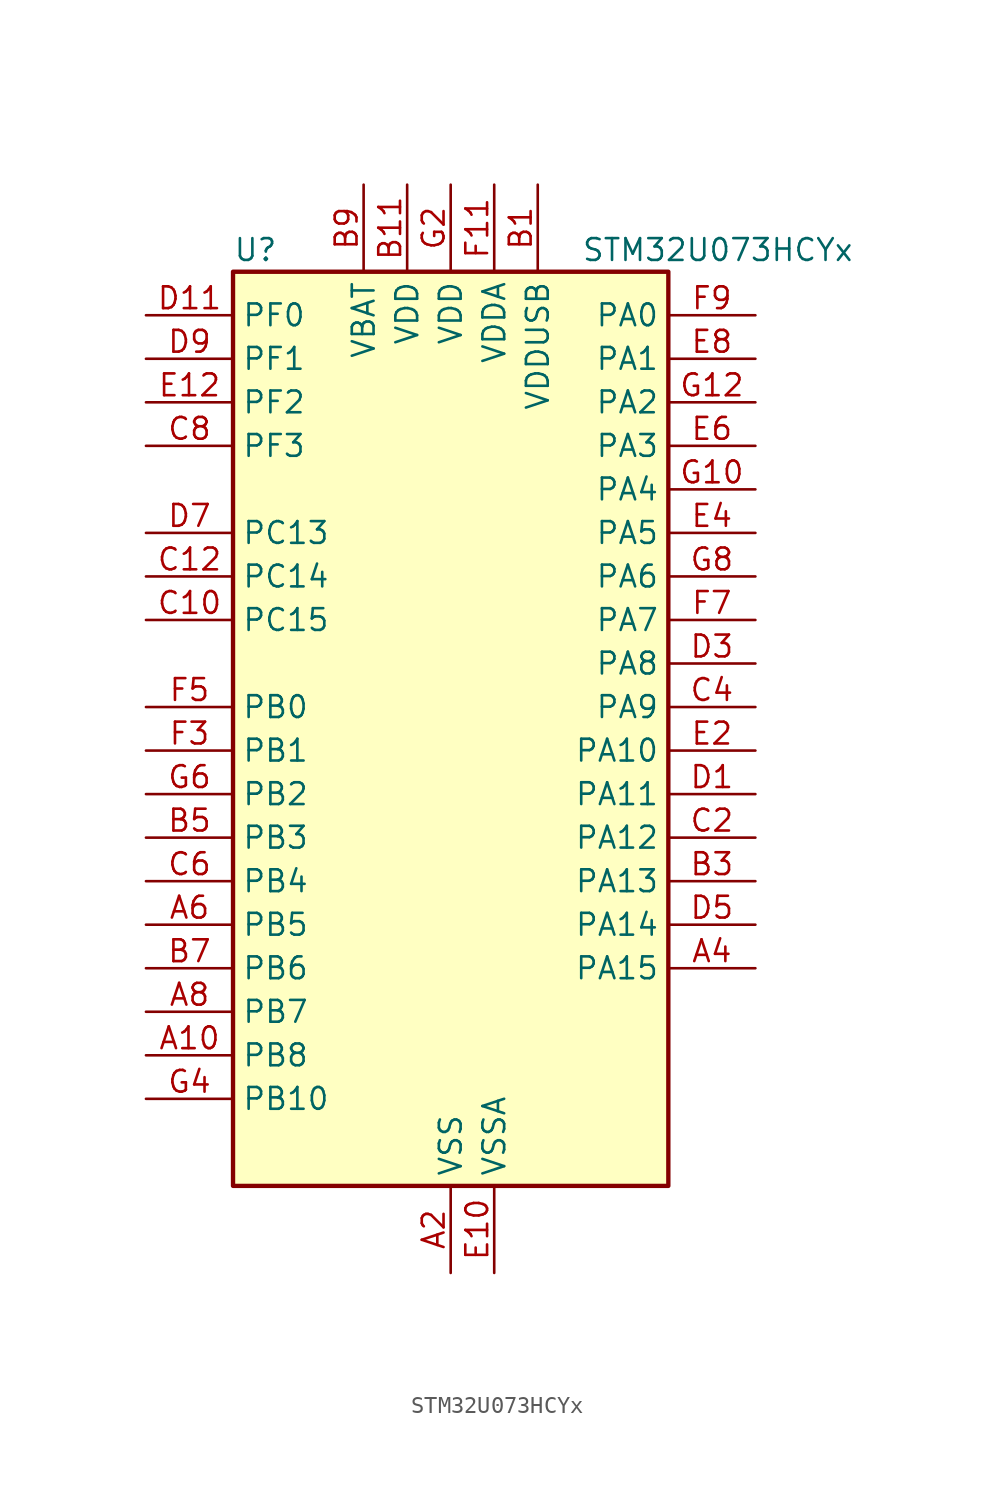
<source format=kicad_sym>
(kicad_symbol_lib
  (version 20231120)
  (generator "kicad_symbol_editor")
  (generator_version "8.99")
  (symbol "STM32U073HCYx"
    (property "Reference" "U"
      (at -12.7 29.21 0)
      (effects (font (size 1.27 1.27)) (justify left)))
    (property "Value" "STM32U073HCYx"
      (at 7.62 29.21 0)
      (effects (font (size 1.27 1.27)) (justify left)))
    (property "ki_locked" ""
      (at 0 0 0)
      (effects (font (size 1.27 1.27))))
    (symbol "STM32U073HCYx_0_1"
      (rectangle (start -12.7 -25.4) (end 12.7 27.94) (stroke (width 0.254) (type default)) (fill (type background))))
    (symbol "STM32U073HCYx_1_1"
      (pin bidirectional line (at -17.78 -17.78 0) (length 5.08) (name "PB8" (effects (font (size 1.27 1.27)))) (number "A10" (effects (font (size 1.27 1.27)))) (alternate "I2C1_SCL" bidirectional line) (alternate "I2C2_SCL" bidirectional line) (alternate "LCD_SEG16" bidirectional line) (alternate "LPTIM1_IN2" bidirectional line) (alternate "LPTIM3_IN2" bidirectional line) (alternate "TIM16_CH1" bidirectional line) (alternate "USART3_TX" bidirectional line))
      (pin passive line (at 0 -30.48 90) (length 5.08) hide (name "VSS" (effects (font (size 1.27 1.27)))) (number "A12" (effects (font (size 1.27 1.27)))))
      (pin power_in line (at 0 -30.48 90) (length 5.08) (name "VSS" (effects (font (size 1.27 1.27)))) (number "A2" (effects (font (size 1.27 1.27)))))
      (pin bidirectional line (at 17.78 -12.7 180) (length 5.08) (name "PA15" (effects (font (size 1.27 1.27)))) (number "A4" (effects (font (size 1.27 1.27)))) (alternate "DEBUG_JTDI" bidirectional line) (alternate "LCD_SEG17" bidirectional line) (alternate "LPTIM3_CH3" bidirectional line) (alternate "LPTIM3_IN2" bidirectional line) (alternate "SPI1_NSS" bidirectional line) (alternate "SPI3_NSS" bidirectional line) (alternate "TIM2_CH1" bidirectional line) (alternate "TIM2_ETR" bidirectional line) (alternate "TSC_G3_IO1" bidirectional line) (alternate "USART2_RX" bidirectional line) (alternate "USART3_DE" bidirectional line) (alternate "USART3_RTS" bidirectional line) (alternate "USART4_DE" bidirectional line) (alternate "USART4_RTS" bidirectional line))
      (pin bidirectional line (at -17.78 -10.16 0) (length 5.08) (name "PB5" (effects (font (size 1.27 1.27)))) (number "A6" (effects (font (size 1.27 1.27)))) (alternate "COMP2_OUT" bidirectional line) (alternate "LCD_SEG9" bidirectional line) (alternate "LPTIM1_IN1" bidirectional line) (alternate "LPUART3_CTS" bidirectional line) (alternate "SPI1_MOSI" bidirectional line) (alternate "SPI3_MOSI" bidirectional line) (alternate "TIM16_BKIN" bidirectional line) (alternate "TIM3_CH2" bidirectional line) (alternate "TSC_G2_IO2" bidirectional line) (alternate "USART1_CK" bidirectional line))
      (pin bidirectional line (at -17.78 -15.24 0) (length 5.08) (name "PB7" (effects (font (size 1.27 1.27)))) (number "A8" (effects (font (size 1.27 1.27)))) (alternate "COMP2_INM" bidirectional line) (alternate "I2C1_SDA" bidirectional line) (alternate "I2C2_SDA" bidirectional line) (alternate "I2C4_SDA" bidirectional line) (alternate "LCD_SEG21" bidirectional line) (alternate "LPTIM1_IN2" bidirectional line) (alternate "LPUART2_RX" bidirectional line) (alternate "LPUART3_RX" bidirectional line) (alternate "PWR_PVD_IN" bidirectional line) (alternate "TSC_G2_IO4" bidirectional line) (alternate "USART1_RX" bidirectional line) (alternate "USART4_CTS" bidirectional line))
      (pin power_in line (at 5.08 33.02 270) (length 5.08) (name "VDDUSB" (effects (font (size 1.27 1.27)))) (number "B1" (effects (font (size 1.27 1.27)))))
      (pin power_in line (at -2.54 33.02 270) (length 5.08) (name "VDD" (effects (font (size 1.27 1.27)))) (number "B11" (effects (font (size 1.27 1.27)))))
      (pin bidirectional line (at 17.78 -7.62 180) (length 5.08) (name "PA13" (effects (font (size 1.27 1.27)))) (number "B3" (effects (font (size 1.27 1.27)))) (alternate "DEBUG_JTMS-SWDIO" bidirectional line) (alternate "IR_OUT" bidirectional line) (alternate "LCD_SEG40" bidirectional line) (alternate "TSC_G7_IO4" bidirectional line) (alternate "USB_NOE" bidirectional line))
      (pin bidirectional line (at -17.78 -5.08 0) (length 5.08) (name "PB3" (effects (font (size 1.27 1.27)))) (number "B5" (effects (font (size 1.27 1.27)))) (alternate "COMP2_INM" bidirectional line) (alternate "DEBUG_JTDO-SWO" bidirectional line) (alternate "I2C2_SCL" bidirectional line) (alternate "I2C3_SCL" bidirectional line) (alternate "LCD_SEG7" bidirectional line) (alternate "LPTIM1_CH3" bidirectional line) (alternate "SPI1_SCK" bidirectional line) (alternate "SPI3_SCK" bidirectional line) (alternate "TIM2_CH2" bidirectional line) (alternate "USART1_DE" bidirectional line) (alternate "USART1_RTS" bidirectional line))
      (pin bidirectional line (at -17.78 -12.7 0) (length 5.08) (name "PB6" (effects (font (size 1.27 1.27)))) (number "B7" (effects (font (size 1.27 1.27)))) (alternate "COMP2_INP" bidirectional line) (alternate "I2C1_SCL" bidirectional line) (alternate "I2C2_SCL" bidirectional line) (alternate "I2C4_SCL" bidirectional line) (alternate "LPTIM1_ETR" bidirectional line) (alternate "LPUART2_TX" bidirectional line) (alternate "LPUART3_TX" bidirectional line) (alternate "TIM16_CH1N" bidirectional line) (alternate "TSC_G2_IO3" bidirectional line) (alternate "USART1_TX" bidirectional line))
      (pin power_in line (at -5.08 33.02 270) (length 5.08) (name "VBAT" (effects (font (size 1.27 1.27)))) (number "B9" (effects (font (size 1.27 1.27)))))
      (pin bidirectional line (at -17.78 7.62 0) (length 5.08) (name "PC15" (effects (font (size 1.27 1.27)))) (number "C10" (effects (font (size 1.27 1.27)))) (alternate "RCC_OSC32_EN" bidirectional line) (alternate "RCC_OSC32_OUT" bidirectional line) (alternate "RCC_OSC_EN" bidirectional line))
      (pin bidirectional line (at -17.78 10.16 0) (length 5.08) (name "PC14" (effects (font (size 1.27 1.27)))) (number "C12" (effects (font (size 1.27 1.27)))) (alternate "RCC_OSC32_IN" bidirectional line))
      (pin bidirectional line (at 17.78 -5.08 180) (length 5.08) (name "PA12" (effects (font (size 1.27 1.27)))) (number "C2" (effects (font (size 1.27 1.27)))) (alternate "SPI1_MOSI" bidirectional line) (alternate "SPI2_MOSI" bidirectional line) (alternate "TIM1_ETR" bidirectional line) (alternate "USART1_DE" bidirectional line) (alternate "USART1_RTS" bidirectional line) (alternate "USB_DP" bidirectional line))
      (pin bidirectional line (at 17.78 2.54 180) (length 5.08) (name "PA9" (effects (font (size 1.27 1.27)))) (number "C4" (effects (font (size 1.27 1.27)))) (alternate "COMP1_INP" bidirectional line) (alternate "DAC1_EXTI9" bidirectional line) (alternate "I2C1_SCL" bidirectional line) (alternate "I2C2_SCL" bidirectional line) (alternate "LCD_COM1" bidirectional line) (alternate "RCC_MCO" bidirectional line) (alternate "TIM15_BKIN" bidirectional line) (alternate "TIM1_CH2" bidirectional line) (alternate "TSC_G7_IO2" bidirectional line) (alternate "USART1_TX" bidirectional line))
      (pin bidirectional line (at -17.78 -7.62 0) (length 5.08) (name "PB4" (effects (font (size 1.27 1.27)))) (number "C6" (effects (font (size 1.27 1.27)))) (alternate "COMP2_INP" bidirectional line) (alternate "I2C2_SDA" bidirectional line) (alternate "I2C3_SDA" bidirectional line) (alternate "LCD_SEG8" bidirectional line) (alternate "LPTIM1_CH4" bidirectional line) (alternate "LPUART3_DE" bidirectional line) (alternate "LPUART3_RTS" bidirectional line) (alternate "SPI1_MISO" bidirectional line) (alternate "SPI3_MISO" bidirectional line) (alternate "TIM3_CH1" bidirectional line) (alternate "TSC_G2_IO1" bidirectional line) (alternate "USART1_CTS" bidirectional line))
      (pin bidirectional line (at -17.78 17.78 0) (length 5.08) (name "PF3" (effects (font (size 1.27 1.27)))) (number "C8" (effects (font (size 1.27 1.27)))))
      (pin bidirectional line (at 17.78 -2.54 180) (length 5.08) (name "PA11" (effects (font (size 1.27 1.27)))) (number "D1" (effects (font (size 1.27 1.27)))) (alternate "ADC1_EXTI11" bidirectional line) (alternate "COMP1_OUT" bidirectional line) (alternate "SPI1_MISO" bidirectional line) (alternate "SPI2_MISO" bidirectional line) (alternate "TIM1_BKIN2" bidirectional line) (alternate "TIM1_CH4" bidirectional line) (alternate "USART1_CTS" bidirectional line) (alternate "USB_DM" bidirectional line))
      (pin bidirectional line (at -17.78 25.4 0) (length 5.08) (name "PF0" (effects (font (size 1.27 1.27)))) (number "D11" (effects (font (size 1.27 1.27)))) (alternate "RCC_OSC_IN" bidirectional line))
      (pin bidirectional line (at 17.78 5.08 180) (length 5.08) (name "PA8" (effects (font (size 1.27 1.27)))) (number "D3" (effects (font (size 1.27 1.27)))) (alternate "LCD_COM0" bidirectional line) (alternate "LPTIM2_CH1" bidirectional line) (alternate "RCC_MCO" bidirectional line) (alternate "RCC_MCO2" bidirectional line) (alternate "TIM1_CH1" bidirectional line) (alternate "TSC_G7_IO1" bidirectional line) (alternate "USART1_CK" bidirectional line))
      (pin bidirectional line (at 17.78 -10.16 180) (length 5.08) (name "PA14" (effects (font (size 1.27 1.27)))) (number "D5" (effects (font (size 1.27 1.27)))) (alternate "DEBUG_JTCK-SWCLK" bidirectional line) (alternate "LCD_SEG41" bidirectional line) (alternate "LPTIM1_CH1" bidirectional line) (alternate "TSC_G3_IO4" bidirectional line))
      (pin bidirectional line (at -17.78 12.7 0) (length 5.08) (name "PC13" (effects (font (size 1.27 1.27)))) (number "D7" (effects (font (size 1.27 1.27)))) (alternate "LPTIM1_CH3" bidirectional line) (alternate "LPTIM3_CH3" bidirectional line) (alternate "PWR_WKUP2" bidirectional line) (alternate "RTC_OUT1" bidirectional line) (alternate "RTC_TS" bidirectional line) (alternate "TAMP_IN1" bidirectional line))
      (pin bidirectional line (at -17.78 22.86 0) (length 5.08) (name "PF1" (effects (font (size 1.27 1.27)))) (number "D9" (effects (font (size 1.27 1.27)))) (alternate "RCC_OSC_EN" bidirectional line) (alternate "RCC_OSC_OUT" bidirectional line))
      (pin power_in line (at 2.54 -30.48 90) (length 5.08) (name "VSSA" (effects (font (size 1.27 1.27)))) (number "E10" (effects (font (size 1.27 1.27)))))
      (pin bidirectional line (at -17.78 20.32 0) (length 5.08) (name "PF2" (effects (font (size 1.27 1.27)))) (number "E12" (effects (font (size 1.27 1.27)))) (alternate "RCC_MCO" bidirectional line))
      (pin bidirectional line (at 17.78 0 180) (length 5.08) (name "PA10" (effects (font (size 1.27 1.27)))) (number "E2" (effects (font (size 1.27 1.27)))) (alternate "CRS_SYNC" bidirectional line) (alternate "I2C1_SDA" bidirectional line) (alternate "I2C2_SDA" bidirectional line) (alternate "LCD_COM2" bidirectional line) (alternate "RCC_MCO2" bidirectional line) (alternate "SPI2_NSS" bidirectional line) (alternate "TIM1_CH3" bidirectional line) (alternate "TSC_G7_IO3" bidirectional line) (alternate "USART1_RX" bidirectional line))
      (pin bidirectional line (at 17.78 12.7 180) (length 5.08) (name "PA5" (effects (font (size 1.27 1.27)))) (number "E4" (effects (font (size 1.27 1.27)))) (alternate "ADC1_IN9" bidirectional line) (alternate "COMP1_INM" bidirectional line) (alternate "COMP2_INM" bidirectional line) (alternate "LCD_SEG44" bidirectional line) (alternate "LPTIM2_ETR" bidirectional line) (alternate "LPUART3_RX" bidirectional line) (alternate "SPI1_SCK" bidirectional line) (alternate "TIM2_CH1" bidirectional line) (alternate "TIM2_ETR" bidirectional line) (alternate "USART3_TX" bidirectional line))
      (pin bidirectional line (at 17.78 17.78 180) (length 5.08) (name "PA3" (effects (font (size 1.27 1.27)))) (number "E6" (effects (font (size 1.27 1.27)))) (alternate "ADC1_IN7" bidirectional line) (alternate "COMP2_INP" bidirectional line) (alternate "LCD_SEG2" bidirectional line) (alternate "LPUART1_RX" bidirectional line) (alternate "OPAMP1_VOUT" bidirectional line) (alternate "TIM15_CH2" bidirectional line) (alternate "TIM2_CH4" bidirectional line) (alternate "USART2_RX" bidirectional line))
      (pin bidirectional line (at 17.78 22.86 180) (length 5.08) (name "PA1" (effects (font (size 1.27 1.27)))) (number "E8" (effects (font (size 1.27 1.27)))) (alternate "ADC1_IN5" bidirectional line) (alternate "COMP1_INP" bidirectional line) (alternate "LCD_SEG0" bidirectional line) (alternate "LPTIM1_CH2" bidirectional line) (alternate "OPAMP1_VINM" bidirectional line) (alternate "PWR_WKUP3" bidirectional line) (alternate "SPI1_SCK" bidirectional line) (alternate "SPI2_SCK" bidirectional line) (alternate "TAMP_IN5" bidirectional line) (alternate "TIM15_CH1N" bidirectional line) (alternate "TIM2_CH2" bidirectional line) (alternate "USART2_DE" bidirectional line) (alternate "USART2_RTS" bidirectional line) (alternate "USART4_RX" bidirectional line))
      (pin passive line (at 0 -30.48 90) (length 5.08) hide (name "VSS" (effects (font (size 1.27 1.27)))) (number "F1" (effects (font (size 1.27 1.27)))))
      (pin power_in line (at 2.54 33.02 270) (length 5.08) (name "VDDA" (effects (font (size 1.27 1.27)))) (number "F11" (effects (font (size 1.27 1.27)))))
      (pin bidirectional line (at -17.78 0 0) (length 5.08) (name "PB1" (effects (font (size 1.27 1.27)))) (number "F3" (effects (font (size 1.27 1.27)))) (alternate "ADC1_IN18" bidirectional line) (alternate "COMP1_INM" bidirectional line) (alternate "LCD_SEG6" bidirectional line) (alternate "LPTIM2_IN1" bidirectional line) (alternate "LPTIM3_CH2" bidirectional line) (alternate "LPUART1_DE" bidirectional line) (alternate "LPUART1_RTS" bidirectional line) (alternate "LPUART2_DE" bidirectional line) (alternate "LPUART2_RTS" bidirectional line) (alternate "TIM1_CH3N" bidirectional line) (alternate "TIM3_CH4" bidirectional line) (alternate "TSC_SYNC" bidirectional line) (alternate "USART3_DE" bidirectional line) (alternate "USART3_RTS" bidirectional line))
      (pin bidirectional line (at -17.78 2.54 0) (length 5.08) (name "PB0" (effects (font (size 1.27 1.27)))) (number "F5" (effects (font (size 1.27 1.27)))) (alternate "ADC1_IN17" bidirectional line) (alternate "COMP1_OUT" bidirectional line) (alternate "LCD_SEG5" bidirectional line) (alternate "LPTIM3_CH1" bidirectional line) (alternate "LPUART2_CTS" bidirectional line) (alternate "SPI1_NSS" bidirectional line) (alternate "TIM1_CH2N" bidirectional line) (alternate "TIM3_CH3" bidirectional line) (alternate "TSC_G5_IO2" bidirectional line) (alternate "USART3_CK" bidirectional line))
      (pin bidirectional line (at 17.78 7.62 180) (length 5.08) (name "PA7" (effects (font (size 1.27 1.27)))) (number "F7" (effects (font (size 1.27 1.27)))) (alternate "ADC1_IN14" bidirectional line) (alternate "COMP2_OUT" bidirectional line) (alternate "I2C2_SCL" bidirectional line) (alternate "I2C3_SCL" bidirectional line) (alternate "LCD_SEG4" bidirectional line) (alternate "LPTIM2_CH2" bidirectional line) (alternate "SPI1_MOSI" bidirectional line) (alternate "TIM1_CH1N" bidirectional line) (alternate "TIM3_CH2" bidirectional line) (alternate "USART3_RX" bidirectional line))
      (pin bidirectional line (at 17.78 25.4 180) (length 5.08) (name "PA0" (effects (font (size 1.27 1.27)))) (number "F9" (effects (font (size 1.27 1.27)))) (alternate "ADC1_IN4" bidirectional line) (alternate "COMP1_INM" bidirectional line) (alternate "COMP1_OUT" bidirectional line) (alternate "LCD_SEG42" bidirectional line) (alternate "OPAMP1_VINP" bidirectional line) (alternate "PWR_WKUP1" bidirectional line) (alternate "TAMP_IN2" bidirectional line) (alternate "TIM2_CH1" bidirectional line) (alternate "TIM2_ETR" bidirectional line) (alternate "USART2_CTS" bidirectional line) (alternate "USART4_TX" bidirectional line))
      (pin bidirectional line (at 17.78 15.24 180) (length 5.08) (name "PA4" (effects (font (size 1.27 1.27)))) (number "G10" (effects (font (size 1.27 1.27)))) (alternate "ADC1_IN8" bidirectional line) (alternate "COMP1_INM" bidirectional line) (alternate "COMP2_INM" bidirectional line) (alternate "DAC1_OUT1" bidirectional line) (alternate "LCD_SEG43" bidirectional line) (alternate "LPTIM2_CH1" bidirectional line) (alternate "LPUART3_TX" bidirectional line) (alternate "SPI1_NSS" bidirectional line) (alternate "SPI3_NSS" bidirectional line) (alternate "USART2_CK" bidirectional line))
      (pin bidirectional line (at 17.78 20.32 180) (length 5.08) (name "PA2" (effects (font (size 1.27 1.27)))) (number "G12" (effects (font (size 1.27 1.27)))) (alternate "ADC1_IN6" bidirectional line) (alternate "COMP2_INM" bidirectional line) (alternate "COMP2_OUT" bidirectional line) (alternate "LCD_SEG1" bidirectional line) (alternate "LPUART1_TX" bidirectional line) (alternate "PWR_WKUP4" bidirectional line) (alternate "RCC_LSCO" bidirectional line) (alternate "TIM15_CH1" bidirectional line) (alternate "TIM2_CH3" bidirectional line) (alternate "USART2_TX" bidirectional line))
      (pin power_in line (at 0 33.02 270) (length 5.08) (name "VDD" (effects (font (size 1.27 1.27)))) (number "G2" (effects (font (size 1.27 1.27)))))
      (pin bidirectional line (at -17.78 -20.32 0) (length 5.08) (name "PB10" (effects (font (size 1.27 1.27)))) (number "G4" (effects (font (size 1.27 1.27)))) (alternate "COMP1_OUT" bidirectional line) (alternate "I2C2_SCL" bidirectional line) (alternate "I2C4_SCL" bidirectional line) (alternate "LCD_SEG10" bidirectional line) (alternate "LPTIM3_CH1" bidirectional line) (alternate "LPUART1_RX" bidirectional line) (alternate "LPUART2_RX" bidirectional line) (alternate "SPI2_SCK" bidirectional line) (alternate "TIM2_CH3" bidirectional line) (alternate "TSC_G5_IO3" bidirectional line) (alternate "USART3_TX" bidirectional line))
      (pin bidirectional line (at -17.78 -2.54 0) (length 5.08) (name "PB2" (effects (font (size 1.27 1.27)))) (number "G6" (effects (font (size 1.27 1.27)))) (alternate "COMP1_INP" bidirectional line) (alternate "LPTIM1_CH1" bidirectional line) (alternate "RTC_OUT2" bidirectional line))
      (pin bidirectional line (at 17.78 10.16 180) (length 5.08) (name "PA6" (effects (font (size 1.27 1.27)))) (number "G8" (effects (font (size 1.27 1.27)))) (alternate "ADC1_IN10" bidirectional line) (alternate "COMP1_OUT" bidirectional line) (alternate "I2C2_SDA" bidirectional line) (alternate "I2C3_SDA" bidirectional line) (alternate "LCD_SEG3" bidirectional line) (alternate "LPUART1_CTS" bidirectional line) (alternate "SPI1_MISO" bidirectional line) (alternate "TIM16_CH1" bidirectional line) (alternate "TIM1_BKIN" bidirectional line) (alternate "TIM3_CH1" bidirectional line) (alternate "TSC_G5_IO1" bidirectional line) (alternate "USART3_CTS" bidirectional line)))))
</source>
